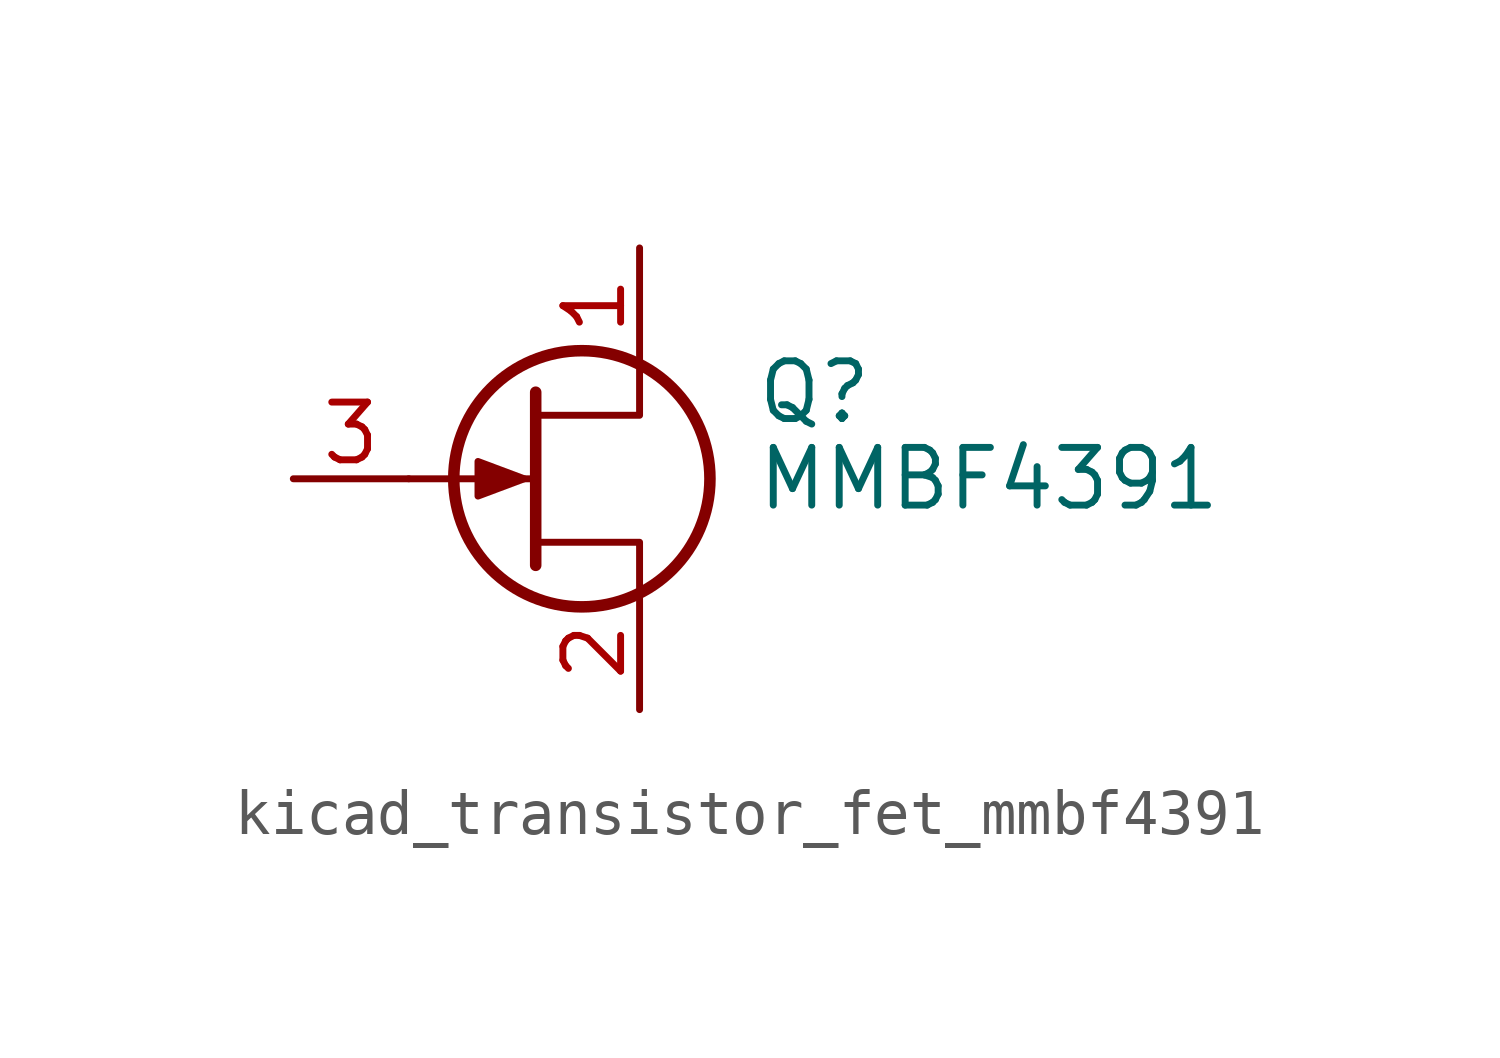
<source format=kicad_sym>
(kicad_symbol_lib
  (version 20220914)
  (generator kicad_symbol_editor)
  (symbol "kicad_transistor_fet_mmbf4391"
    (pin_names hide)
    (property "Reference" "Q"
      (at 5.08 1.905 0)
      (effects (font (size 1.27 1.27)) (justify left)))
    (property "Value" "MMBF4391"
      (at 5.08 0 0)
      (effects (font (size 1.27 1.27)) (justify left)))
    (symbol "kicad_transistor_fet_mmbf4391_0_1"
      (polyline (pts (xy 0.254 0) (xy -2.54 0)) (stroke (width 0) (type default)) (fill (type none)))
      (polyline (pts (xy 0.254 1.905) (xy 0.254 -1.905)) (stroke (width 0.254) (type default)) (fill (type none)))
      (polyline (pts (xy 2.54 -2.54) (xy 2.54 -1.397) (xy 0.254 -1.397)) (stroke (width 0) (type default)) (fill (type none)))
      (polyline (pts (xy 2.54 2.54) (xy 2.54 1.397) (xy 0.254 1.397)) (stroke (width 0) (type default)) (fill (type none)))
      (polyline (pts (xy 0 0) (xy -1.016 0.381) (xy -1.016 -0.381) (xy 0 0)) (stroke (width 0) (type default)) (fill (type outline)))
      (circle (center 1.27 0) (radius 2.819) (stroke (width 0.254) (type default)) (fill (type none))))
    (symbol "kicad_transistor_fet_mmbf4391_1_1"
      (pin passive line (at 2.54 5.08 270) (length 2.54) (name "D" (effects (font (size 1.27 1.27)))) (number "1" (effects (font (size 1.27 1.27)))))
      (pin passive line (at 2.54 -5.08 90) (length 2.54) (name "S" (effects (font (size 1.27 1.27)))) (number "2" (effects (font (size 1.27 1.27)))))
      (pin input line (at -5.08 0 0) (length 2.54) (name "G" (effects (font (size 1.27 1.27)))) (number "3" (effects (font (size 1.27 1.27))))))))
</source>
